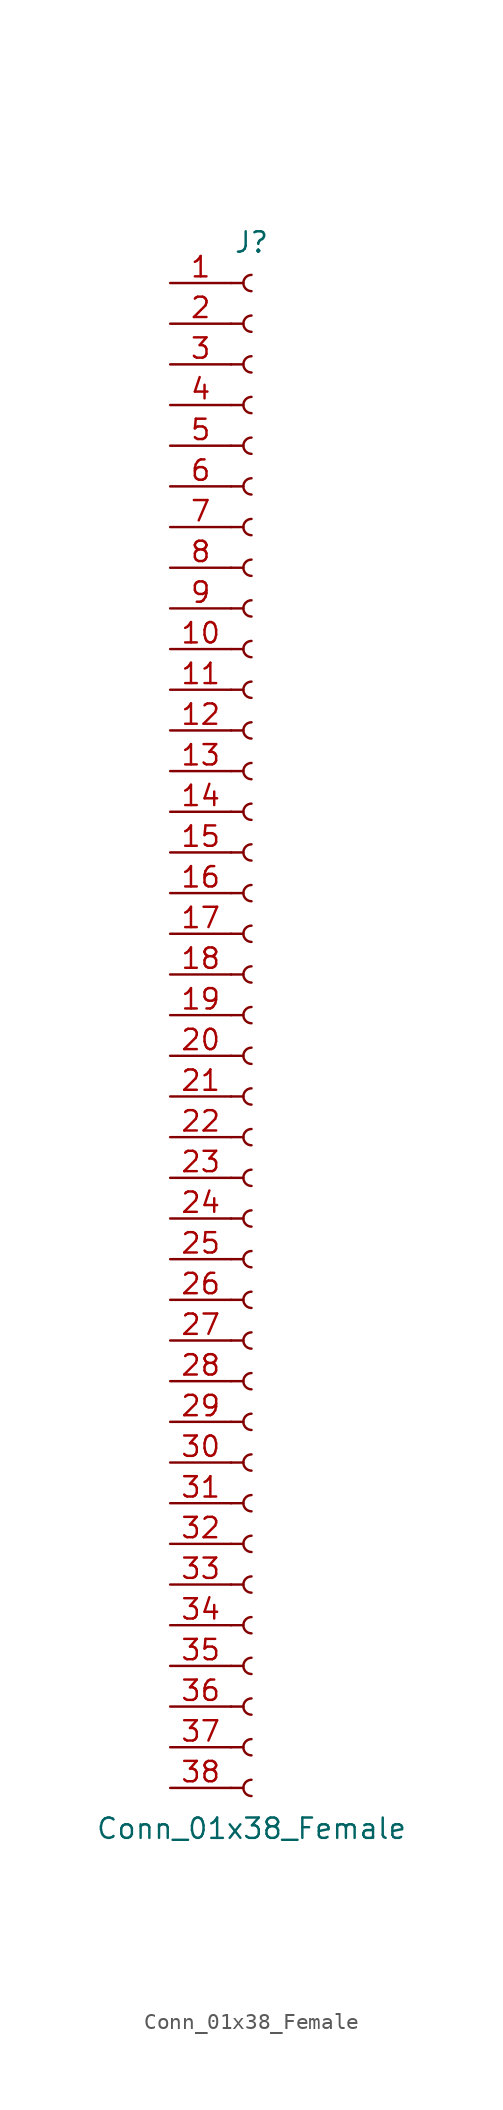
<source format=kicad_sym>
(kicad_symbol_lib
  (version 20211014)
  (generator kicad_symbol_editor)
  (symbol "Conn_01x38_Female"
    (pin_names
      (offset 1.016) hide)
    (property "Reference" "J"
      (at 0 48.26 0)
      (effects (font (size 1.27 1.27))))
    (property "Value" "Conn_01x38_Female"
      (at 0 -50.8 0)
      (effects (font (size 1.27 1.27))))
    (symbol "Conn_01x38_Female_1_1"
      (arc (start 0 -47.752) (mid -0.508 -48.26) (end 0 -48.768) (stroke (width 0.1524) (type default) (color 0 0 0 0)) (fill (type none)))
      (arc (start 0 -45.212) (mid -0.508 -45.72) (end 0 -46.228) (stroke (width 0.1524) (type default) (color 0 0 0 0)) (fill (type none)))
      (arc (start 0 -42.672) (mid -0.508 -43.18) (end 0 -43.688) (stroke (width 0.1524) (type default) (color 0 0 0 0)) (fill (type none)))
      (arc (start 0 -40.132) (mid -0.508 -40.64) (end 0 -41.148) (stroke (width 0.1524) (type default) (color 0 0 0 0)) (fill (type none)))
      (arc (start 0 -37.592) (mid -0.508 -38.1) (end 0 -38.608) (stroke (width 0.1524) (type default) (color 0 0 0 0)) (fill (type none)))
      (arc (start 0 -35.052) (mid -0.508 -35.56) (end 0 -36.068) (stroke (width 0.1524) (type default) (color 0 0 0 0)) (fill (type none)))
      (arc (start 0 -32.512) (mid -0.508 -33.02) (end 0 -33.528) (stroke (width 0.1524) (type default) (color 0 0 0 0)) (fill (type none)))
      (arc (start 0 -29.972) (mid -0.508 -30.48) (end 0 -30.988) (stroke (width 0.1524) (type default) (color 0 0 0 0)) (fill (type none)))
      (arc (start 0 -27.432) (mid -0.508 -27.94) (end 0 -28.448) (stroke (width 0.1524) (type default) (color 0 0 0 0)) (fill (type none)))
      (arc (start 0 -24.892) (mid -0.508 -25.4) (end 0 -25.908) (stroke (width 0.1524) (type default) (color 0 0 0 0)) (fill (type none)))
      (arc (start 0 -22.352) (mid -0.508 -22.86) (end 0 -23.368) (stroke (width 0.1524) (type default) (color 0 0 0 0)) (fill (type none)))
      (arc (start 0 -19.812) (mid -0.508 -20.32) (end 0 -20.828) (stroke (width 0.1524) (type default) (color 0 0 0 0)) (fill (type none)))
      (arc (start 0 -17.272) (mid -0.508 -17.78) (end 0 -18.288) (stroke (width 0.1524) (type default) (color 0 0 0 0)) (fill (type none)))
      (arc (start 0 -14.732) (mid -0.508 -15.24) (end 0 -15.748) (stroke (width 0.1524) (type default) (color 0 0 0 0)) (fill (type none)))
      (arc (start 0 -12.192) (mid -0.508 -12.7) (end 0 -13.208) (stroke (width 0.1524) (type default) (color 0 0 0 0)) (fill (type none)))
      (arc (start 0 -9.652) (mid -0.508 -10.16) (end 0 -10.668) (stroke (width 0.1524) (type default) (color 0 0 0 0)) (fill (type none)))
      (arc (start 0 -7.112) (mid -0.508 -7.62) (end 0 -8.128) (stroke (width 0.1524) (type default) (color 0 0 0 0)) (fill (type none)))
      (arc (start 0 -4.572) (mid -0.508 -5.08) (end 0 -5.588) (stroke (width 0.1524) (type default) (color 0 0 0 0)) (fill (type none)))
      (arc (start 0 -2.032) (mid -0.508 -2.54) (end 0 -3.048) (stroke (width 0.1524) (type default) (color 0 0 0 0)) (fill (type none)))
      (polyline (pts (xy -1.27 -48.26) (xy -0.508 -48.26)) (stroke (width 0.152) (type default) (color 0 0 0 0)) (fill (type none)))
      (polyline (pts (xy -1.27 -45.72) (xy -0.508 -45.72)) (stroke (width 0.152) (type default) (color 0 0 0 0)) (fill (type none)))
      (polyline (pts (xy -1.27 -43.18) (xy -0.508 -43.18)) (stroke (width 0.152) (type default) (color 0 0 0 0)) (fill (type none)))
      (polyline (pts (xy -1.27 -40.64) (xy -0.508 -40.64)) (stroke (width 0.152) (type default) (color 0 0 0 0)) (fill (type none)))
      (polyline (pts (xy -1.27 -38.1) (xy -0.508 -38.1)) (stroke (width 0.152) (type default) (color 0 0 0 0)) (fill (type none)))
      (polyline (pts (xy -1.27 -35.56) (xy -0.508 -35.56)) (stroke (width 0.152) (type default) (color 0 0 0 0)) (fill (type none)))
      (polyline (pts (xy -1.27 -33.02) (xy -0.508 -33.02)) (stroke (width 0.152) (type default) (color 0 0 0 0)) (fill (type none)))
      (polyline (pts (xy -1.27 -30.48) (xy -0.508 -30.48)) (stroke (width 0.152) (type default) (color 0 0 0 0)) (fill (type none)))
      (polyline (pts (xy -1.27 -27.94) (xy -0.508 -27.94)) (stroke (width 0.152) (type default) (color 0 0 0 0)) (fill (type none)))
      (polyline (pts (xy -1.27 -25.4) (xy -0.508 -25.4)) (stroke (width 0.152) (type default) (color 0 0 0 0)) (fill (type none)))
      (polyline (pts (xy -1.27 -22.86) (xy -0.508 -22.86)) (stroke (width 0.152) (type default) (color 0 0 0 0)) (fill (type none)))
      (polyline (pts (xy -1.27 -20.32) (xy -0.508 -20.32)) (stroke (width 0.152) (type default) (color 0 0 0 0)) (fill (type none)))
      (polyline (pts (xy -1.27 -17.78) (xy -0.508 -17.78)) (stroke (width 0.152) (type default) (color 0 0 0 0)) (fill (type none)))
      (polyline (pts (xy -1.27 -15.24) (xy -0.508 -15.24)) (stroke (width 0.152) (type default) (color 0 0 0 0)) (fill (type none)))
      (polyline (pts (xy -1.27 -12.7) (xy -0.508 -12.7)) (stroke (width 0.152) (type default) (color 0 0 0 0)) (fill (type none)))
      (polyline (pts (xy -1.27 -10.16) (xy -0.508 -10.16)) (stroke (width 0.152) (type default) (color 0 0 0 0)) (fill (type none)))
      (polyline (pts (xy -1.27 -7.62) (xy -0.508 -7.62)) (stroke (width 0.152) (type default) (color 0 0 0 0)) (fill (type none)))
      (polyline (pts (xy -1.27 -5.08) (xy -0.508 -5.08)) (stroke (width 0.152) (type default) (color 0 0 0 0)) (fill (type none)))
      (polyline (pts (xy -1.27 -2.54) (xy -0.508 -2.54)) (stroke (width 0.152) (type default) (color 0 0 0 0)) (fill (type none)))
      (polyline (pts (xy -1.27 0) (xy -0.508 0)) (stroke (width 0.152) (type default) (color 0 0 0 0)) (fill (type none)))
      (polyline (pts (xy -1.27 2.54) (xy -0.508 2.54)) (stroke (width 0.152) (type default) (color 0 0 0 0)) (fill (type none)))
      (polyline (pts (xy -1.27 5.08) (xy -0.508 5.08)) (stroke (width 0.152) (type default) (color 0 0 0 0)) (fill (type none)))
      (polyline (pts (xy -1.27 7.62) (xy -0.508 7.62)) (stroke (width 0.152) (type default) (color 0 0 0 0)) (fill (type none)))
      (polyline (pts (xy -1.27 10.16) (xy -0.508 10.16)) (stroke (width 0.152) (type default) (color 0 0 0 0)) (fill (type none)))
      (polyline (pts (xy -1.27 12.7) (xy -0.508 12.7)) (stroke (width 0.152) (type default) (color 0 0 0 0)) (fill (type none)))
      (polyline (pts (xy -1.27 15.24) (xy -0.508 15.24)) (stroke (width 0.152) (type default) (color 0 0 0 0)) (fill (type none)))
      (polyline (pts (xy -1.27 17.78) (xy -0.508 17.78)) (stroke (width 0.152) (type default) (color 0 0 0 0)) (fill (type none)))
      (polyline (pts (xy -1.27 20.32) (xy -0.508 20.32)) (stroke (width 0.152) (type default) (color 0 0 0 0)) (fill (type none)))
      (polyline (pts (xy -1.27 22.86) (xy -0.508 22.86)) (stroke (width 0.152) (type default) (color 0 0 0 0)) (fill (type none)))
      (polyline (pts (xy -1.27 25.4) (xy -0.508 25.4)) (stroke (width 0.152) (type default) (color 0 0 0 0)) (fill (type none)))
      (polyline (pts (xy -1.27 27.94) (xy -0.508 27.94)) (stroke (width 0.152) (type default) (color 0 0 0 0)) (fill (type none)))
      (polyline (pts (xy -1.27 30.48) (xy -0.508 30.48)) (stroke (width 0.152) (type default) (color 0 0 0 0)) (fill (type none)))
      (polyline (pts (xy -1.27 33.02) (xy -0.508 33.02)) (stroke (width 0.152) (type default) (color 0 0 0 0)) (fill (type none)))
      (polyline (pts (xy -1.27 35.56) (xy -0.508 35.56)) (stroke (width 0.152) (type default) (color 0 0 0 0)) (fill (type none)))
      (polyline (pts (xy -1.27 38.1) (xy -0.508 38.1)) (stroke (width 0.152) (type default) (color 0 0 0 0)) (fill (type none)))
      (polyline (pts (xy -1.27 40.64) (xy -0.508 40.64)) (stroke (width 0.152) (type default) (color 0 0 0 0)) (fill (type none)))
      (polyline (pts (xy -1.27 43.18) (xy -0.508 43.18)) (stroke (width 0.152) (type default) (color 0 0 0 0)) (fill (type none)))
      (polyline (pts (xy -1.27 45.72) (xy -0.508 45.72)) (stroke (width 0.152) (type default) (color 0 0 0 0)) (fill (type none)))
      (arc (start 0 0.508) (mid -0.508 0) (end 0 -0.508) (stroke (width 0.1524) (type default) (color 0 0 0 0)) (fill (type none)))
      (arc (start 0 3.048) (mid -0.508 2.54) (end 0 2.032) (stroke (width 0.1524) (type default) (color 0 0 0 0)) (fill (type none)))
      (arc (start 0 5.588) (mid -0.508 5.08) (end 0 4.572) (stroke (width 0.1524) (type default) (color 0 0 0 0)) (fill (type none)))
      (arc (start 0 8.128) (mid -0.508 7.62) (end 0 7.112) (stroke (width 0.1524) (type default) (color 0 0 0 0)) (fill (type none)))
      (arc (start 0 10.668) (mid -0.508 10.16) (end 0 9.652) (stroke (width 0.1524) (type default) (color 0 0 0 0)) (fill (type none)))
      (arc (start 0 13.208) (mid -0.508 12.7) (end 0 12.192) (stroke (width 0.1524) (type default) (color 0 0 0 0)) (fill (type none)))
      (arc (start 0 15.748) (mid -0.508 15.24) (end 0 14.732) (stroke (width 0.1524) (type default) (color 0 0 0 0)) (fill (type none)))
      (arc (start 0 18.288) (mid -0.508 17.78) (end 0 17.272) (stroke (width 0.1524) (type default) (color 0 0 0 0)) (fill (type none)))
      (arc (start 0 20.828) (mid -0.508 20.32) (end 0 19.812) (stroke (width 0.1524) (type default) (color 0 0 0 0)) (fill (type none)))
      (arc (start 0 23.368) (mid -0.508 22.86) (end 0 22.352) (stroke (width 0.1524) (type default) (color 0 0 0 0)) (fill (type none)))
      (arc (start 0 25.908) (mid -0.508 25.4) (end 0 24.892) (stroke (width 0.1524) (type default) (color 0 0 0 0)) (fill (type none)))
      (arc (start 0 28.448) (mid -0.508 27.94) (end 0 27.432) (stroke (width 0.1524) (type default) (color 0 0 0 0)) (fill (type none)))
      (arc (start 0 30.988) (mid -0.508 30.48) (end 0 29.972) (stroke (width 0.1524) (type default) (color 0 0 0 0)) (fill (type none)))
      (arc (start 0 33.528) (mid -0.508 33.02) (end 0 32.512) (stroke (width 0.1524) (type default) (color 0 0 0 0)) (fill (type none)))
      (arc (start 0 36.068) (mid -0.508 35.56) (end 0 35.052) (stroke (width 0.1524) (type default) (color 0 0 0 0)) (fill (type none)))
      (arc (start 0 38.608) (mid -0.508 38.1) (end 0 37.592) (stroke (width 0.1524) (type default) (color 0 0 0 0)) (fill (type none)))
      (arc (start 0 41.148) (mid -0.508 40.64) (end 0 40.132) (stroke (width 0.1524) (type default) (color 0 0 0 0)) (fill (type none)))
      (arc (start 0 43.688) (mid -0.508 43.18) (end 0 42.672) (stroke (width 0.1524) (type default) (color 0 0 0 0)) (fill (type none)))
      (arc (start 0 46.228) (mid -0.508 45.72) (end 0 45.212) (stroke (width 0.1524) (type default) (color 0 0 0 0)) (fill (type none)))
      (pin passive line (at -5.08 45.72 0) (length 3.81) (name "Pin_1" (effects (font (size 1.27 1.27)))) (number "1" (effects (font (size 1.27 1.27)))))
      (pin passive line (at -5.08 22.86 0) (length 3.81) (name "Pin_10" (effects (font (size 1.27 1.27)))) (number "10" (effects (font (size 1.27 1.27)))))
      (pin passive line (at -5.08 20.32 0) (length 3.81) (name "Pin_11" (effects (font (size 1.27 1.27)))) (number "11" (effects (font (size 1.27 1.27)))))
      (pin passive line (at -5.08 17.78 0) (length 3.81) (name "Pin_12" (effects (font (size 1.27 1.27)))) (number "12" (effects (font (size 1.27 1.27)))))
      (pin passive line (at -5.08 15.24 0) (length 3.81) (name "Pin_13" (effects (font (size 1.27 1.27)))) (number "13" (effects (font (size 1.27 1.27)))))
      (pin passive line (at -5.08 12.7 0) (length 3.81) (name "Pin_14" (effects (font (size 1.27 1.27)))) (number "14" (effects (font (size 1.27 1.27)))))
      (pin passive line (at -5.08 10.16 0) (length 3.81) (name "Pin_15" (effects (font (size 1.27 1.27)))) (number "15" (effects (font (size 1.27 1.27)))))
      (pin passive line (at -5.08 7.62 0) (length 3.81) (name "Pin_16" (effects (font (size 1.27 1.27)))) (number "16" (effects (font (size 1.27 1.27)))))
      (pin passive line (at -5.08 5.08 0) (length 3.81) (name "Pin_17" (effects (font (size 1.27 1.27)))) (number "17" (effects (font (size 1.27 1.27)))))
      (pin passive line (at -5.08 2.54 0) (length 3.81) (name "Pin_18" (effects (font (size 1.27 1.27)))) (number "18" (effects (font (size 1.27 1.27)))))
      (pin passive line (at -5.08 0 0) (length 3.81) (name "Pin_19" (effects (font (size 1.27 1.27)))) (number "19" (effects (font (size 1.27 1.27)))))
      (pin passive line (at -5.08 43.18 0) (length 3.81) (name "Pin_2" (effects (font (size 1.27 1.27)))) (number "2" (effects (font (size 1.27 1.27)))))
      (pin passive line (at -5.08 -2.54 0) (length 3.81) (name "Pin_20" (effects (font (size 1.27 1.27)))) (number "20" (effects (font (size 1.27 1.27)))))
      (pin passive line (at -5.08 -5.08 0) (length 3.81) (name "Pin_21" (effects (font (size 1.27 1.27)))) (number "21" (effects (font (size 1.27 1.27)))))
      (pin passive line (at -5.08 -7.62 0) (length 3.81) (name "Pin_22" (effects (font (size 1.27 1.27)))) (number "22" (effects (font (size 1.27 1.27)))))
      (pin passive line (at -5.08 -10.16 0) (length 3.81) (name "Pin_23" (effects (font (size 1.27 1.27)))) (number "23" (effects (font (size 1.27 1.27)))))
      (pin passive line (at -5.08 -12.7 0) (length 3.81) (name "Pin_24" (effects (font (size 1.27 1.27)))) (number "24" (effects (font (size 1.27 1.27)))))
      (pin passive line (at -5.08 -15.24 0) (length 3.81) (name "Pin_25" (effects (font (size 1.27 1.27)))) (number "25" (effects (font (size 1.27 1.27)))))
      (pin passive line (at -5.08 -17.78 0) (length 3.81) (name "Pin_26" (effects (font (size 1.27 1.27)))) (number "26" (effects (font (size 1.27 1.27)))))
      (pin passive line (at -5.08 -20.32 0) (length 3.81) (name "Pin_27" (effects (font (size 1.27 1.27)))) (number "27" (effects (font (size 1.27 1.27)))))
      (pin passive line (at -5.08 -22.86 0) (length 3.81) (name "Pin_28" (effects (font (size 1.27 1.27)))) (number "28" (effects (font (size 1.27 1.27)))))
      (pin passive line (at -5.08 -25.4 0) (length 3.81) (name "Pin_29" (effects (font (size 1.27 1.27)))) (number "29" (effects (font (size 1.27 1.27)))))
      (pin passive line (at -5.08 40.64 0) (length 3.81) (name "Pin_3" (effects (font (size 1.27 1.27)))) (number "3" (effects (font (size 1.27 1.27)))))
      (pin passive line (at -5.08 -27.94 0) (length 3.81) (name "Pin_30" (effects (font (size 1.27 1.27)))) (number "30" (effects (font (size 1.27 1.27)))))
      (pin passive line (at -5.08 -30.48 0) (length 3.81) (name "Pin_31" (effects (font (size 1.27 1.27)))) (number "31" (effects (font (size 1.27 1.27)))))
      (pin passive line (at -5.08 -33.02 0) (length 3.81) (name "Pin_32" (effects (font (size 1.27 1.27)))) (number "32" (effects (font (size 1.27 1.27)))))
      (pin passive line (at -5.08 -35.56 0) (length 3.81) (name "Pin_33" (effects (font (size 1.27 1.27)))) (number "33" (effects (font (size 1.27 1.27)))))
      (pin passive line (at -5.08 -38.1 0) (length 3.81) (name "Pin_34" (effects (font (size 1.27 1.27)))) (number "34" (effects (font (size 1.27 1.27)))))
      (pin passive line (at -5.08 -40.64 0) (length 3.81) (name "Pin_35" (effects (font (size 1.27 1.27)))) (number "35" (effects (font (size 1.27 1.27)))))
      (pin passive line (at -5.08 -43.18 0) (length 3.81) (name "Pin_36" (effects (font (size 1.27 1.27)))) (number "36" (effects (font (size 1.27 1.27)))))
      (pin passive line (at -5.08 -45.72 0) (length 3.81) (name "Pin_37" (effects (font (size 1.27 1.27)))) (number "37" (effects (font (size 1.27 1.27)))))
      (pin passive line (at -5.08 -48.26 0) (length 3.81) (name "Pin_38" (effects (font (size 1.27 1.27)))) (number "38" (effects (font (size 1.27 1.27)))))
      (pin passive line (at -5.08 38.1 0) (length 3.81) (name "Pin_4" (effects (font (size 1.27 1.27)))) (number "4" (effects (font (size 1.27 1.27)))))
      (pin passive line (at -5.08 35.56 0) (length 3.81) (name "Pin_5" (effects (font (size 1.27 1.27)))) (number "5" (effects (font (size 1.27 1.27)))))
      (pin passive line (at -5.08 33.02 0) (length 3.81) (name "Pin_6" (effects (font (size 1.27 1.27)))) (number "6" (effects (font (size 1.27 1.27)))))
      (pin passive line (at -5.08 30.48 0) (length 3.81) (name "Pin_7" (effects (font (size 1.27 1.27)))) (number "7" (effects (font (size 1.27 1.27)))))
      (pin passive line (at -5.08 27.94 0) (length 3.81) (name "Pin_8" (effects (font (size 1.27 1.27)))) (number "8" (effects (font (size 1.27 1.27)))))
      (pin passive line (at -5.08 25.4 0) (length 3.81) (name "Pin_9" (effects (font (size 1.27 1.27)))) (number "9" (effects (font (size 1.27 1.27))))))))
</source>
